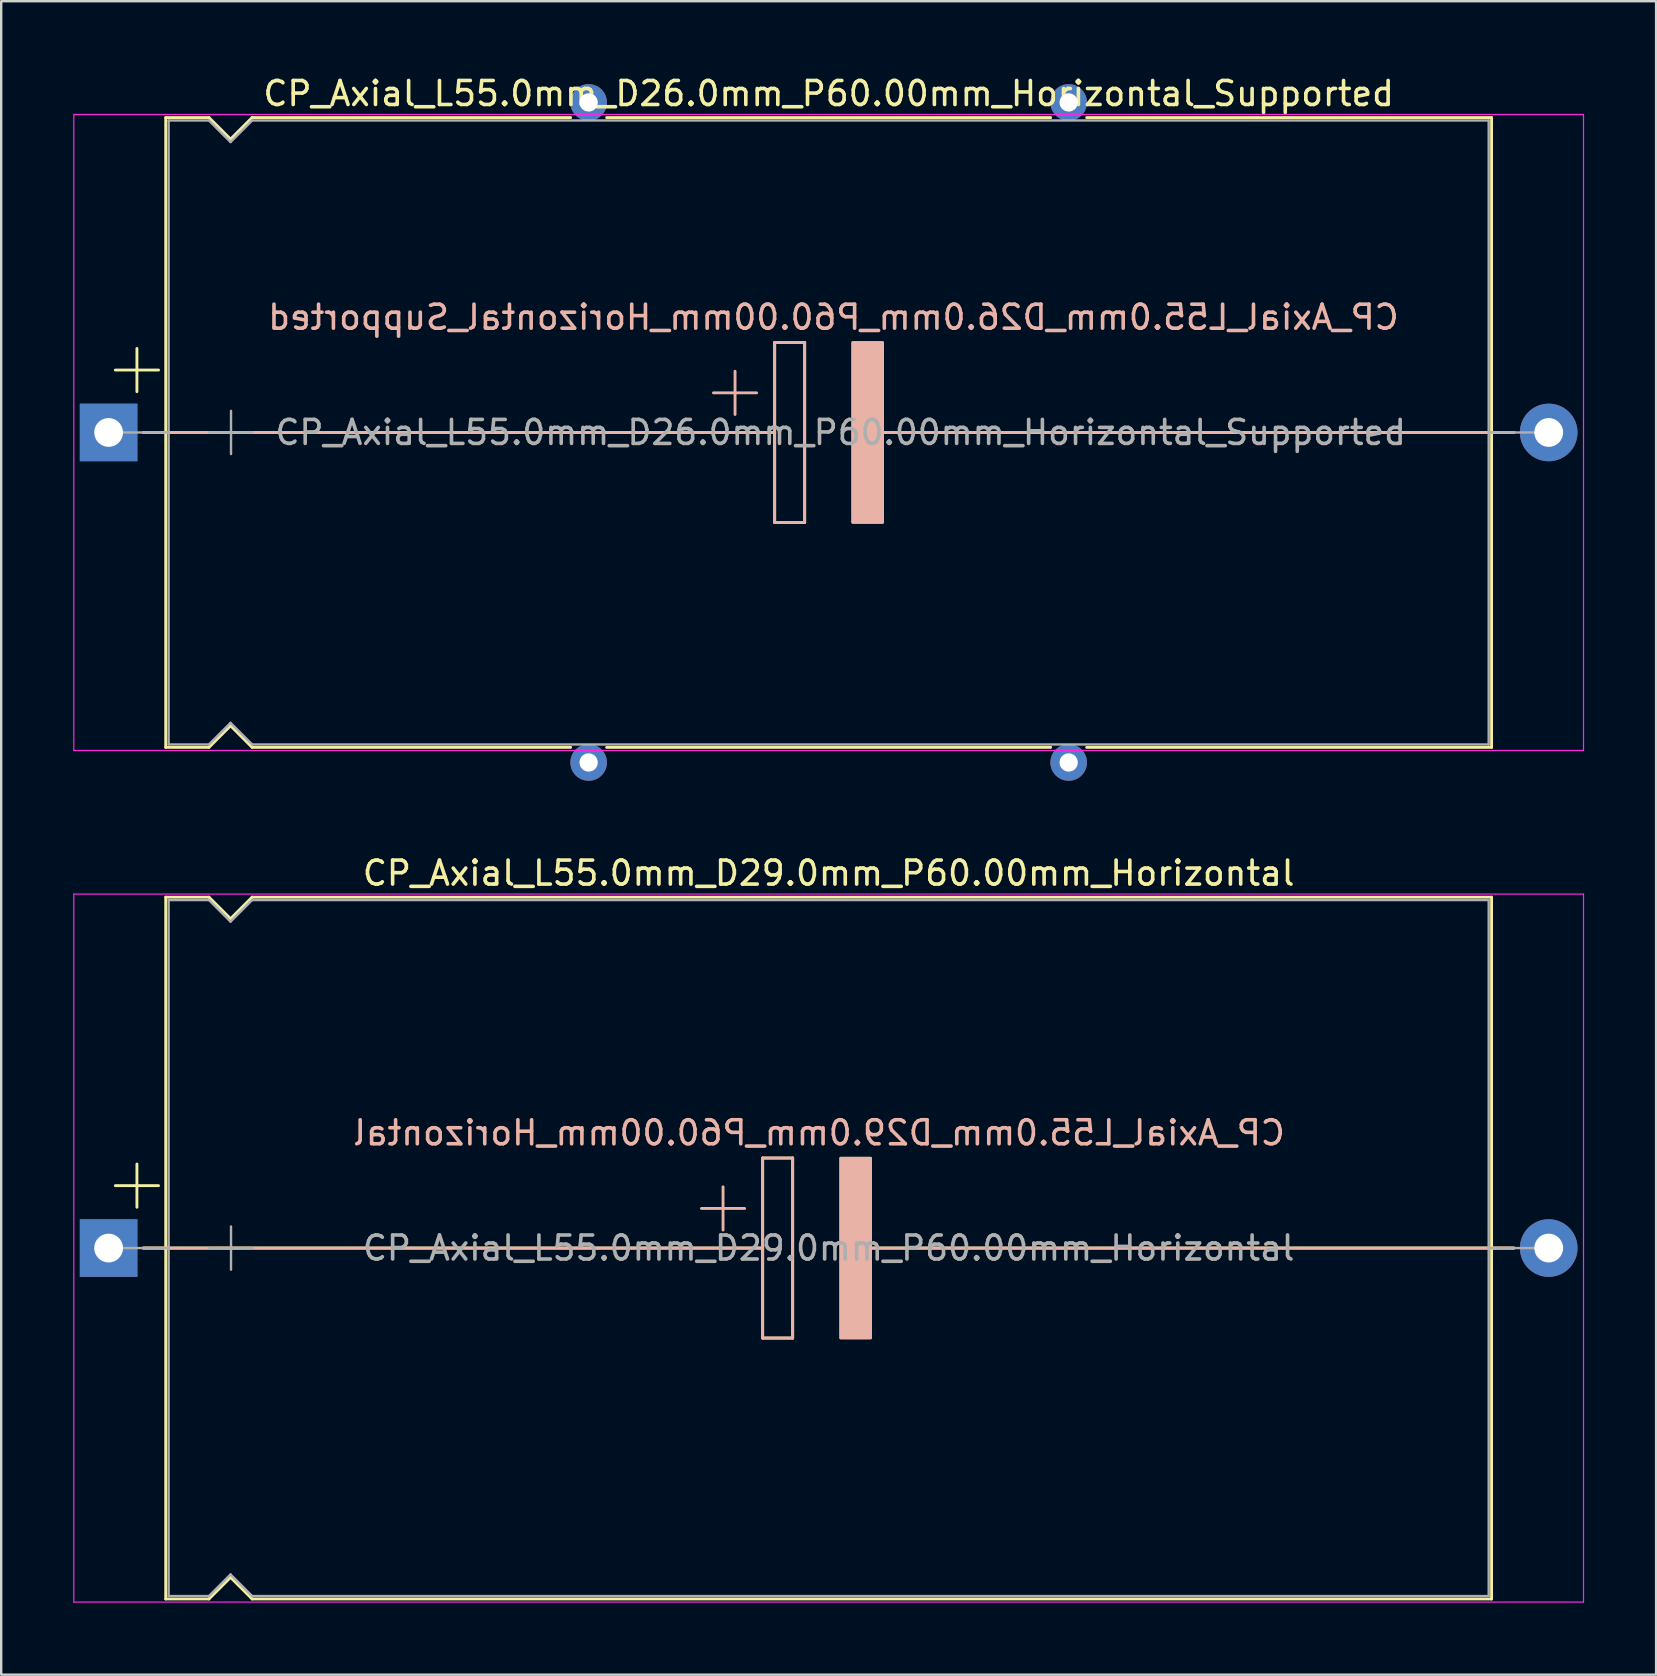
<source format=kicad_pcb>
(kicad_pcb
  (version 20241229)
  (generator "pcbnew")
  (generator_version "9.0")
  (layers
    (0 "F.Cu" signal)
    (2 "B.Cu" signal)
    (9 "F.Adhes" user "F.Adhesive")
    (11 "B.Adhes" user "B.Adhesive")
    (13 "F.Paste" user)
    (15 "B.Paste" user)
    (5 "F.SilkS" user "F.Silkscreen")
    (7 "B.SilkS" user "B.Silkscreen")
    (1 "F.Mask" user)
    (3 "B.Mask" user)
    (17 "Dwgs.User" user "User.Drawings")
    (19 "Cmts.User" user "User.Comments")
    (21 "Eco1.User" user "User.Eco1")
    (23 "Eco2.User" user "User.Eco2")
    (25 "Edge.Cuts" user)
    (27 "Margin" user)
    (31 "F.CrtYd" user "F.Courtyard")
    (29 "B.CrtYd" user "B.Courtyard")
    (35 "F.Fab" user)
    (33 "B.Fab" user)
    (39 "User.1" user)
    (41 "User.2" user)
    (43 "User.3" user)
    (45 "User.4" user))
  (footprint "CP_Axial_L55.0mm_D29.0mm_P60.00mm_Horizontal"
    (layer "F.Cu")
    (at 1.475 48.949)
    (property "Reference" "CP_Axial_L55.0mm_D29.0mm_P60.00mm_Horizontal" (at 30 -15.62 0) (layer "F.SilkS") (effects (font (size 1 1) (thickness 0.15))))
    (fp_line (start 0.28 -2.6) (end 2.08 -2.6) (stroke (width 0.12) (type solid)) (layer "F.SilkS"))
    (fp_line (start 1.18 -3.5) (end 1.18 -1.7) (stroke (width 0.12) (type solid)) (layer "F.SilkS"))
    (fp_line (start 1.44 0) (end 2.38 0) (stroke (width 0.12) (type solid)) (layer "F.SilkS"))
    (fp_line (start 2.38 -14.62) (end 2.38 14.62) (stroke (width 0.12) (type solid)) (layer "F.SilkS"))
    (fp_line (start 2.38 -14.62) (end 4.18 -14.62) (stroke (width 0.12) (type solid)) (layer "F.SilkS"))
    (fp_line (start 2.38 0) (end 27.25 0) (stroke (width 0.12) (type solid)) (layer "F.SilkS"))
    (fp_line (start 2.38 14.62) (end 4.18 14.62) (stroke (width 0.12) (type solid)) (layer "F.SilkS"))
    (fp_line (start 4.18 -14.62) (end 5.08 -13.72) (stroke (width 0.12) (type solid)) (layer "F.SilkS"))
    (fp_line (start 4.18 14.62) (end 5.08 13.72) (stroke (width 0.12) (type solid)) (layer "F.SilkS"))
    (fp_line (start 5.08 -13.72) (end 5.98 -14.62) (stroke (width 0.12) (type solid)) (layer "F.SilkS"))
    (fp_line (start 5.08 13.72) (end 5.98 14.62) (stroke (width 0.12) (type solid)) (layer "F.SilkS"))
    (fp_line (start 5.98 -14.62) (end 57.62 -14.62) (stroke (width 0.12) (type solid)) (layer "F.SilkS"))
    (fp_line (start 5.98 14.62) (end 57.62 14.62) (stroke (width 0.12) (type solid)) (layer "F.SilkS"))
    (fp_line (start 27.25 -3.75) (end 28.5 -3.75) (stroke (width 0.12) (type solid)) (layer "F.SilkS"))
    (fp_line (start 27.25 0) (end 27.25 -3.75) (stroke (width 0.12) (type solid)) (layer "F.SilkS"))
    (fp_line (start 27.25 3.75) (end 27.25 0) (stroke (width 0.12) (type solid)) (layer "F.SilkS"))
    (fp_line (start 28.5 -3.75) (end 28.5 3.75) (stroke (width 0.12) (type solid)) (layer "F.SilkS"))
    (fp_line (start 28.5 3.75) (end 27.25 3.75) (stroke (width 0.12) (type solid)) (layer "F.SilkS"))
    (fp_line (start 31.75 0) (end 57.62 0) (stroke (width 0.12) (type solid)) (layer "F.SilkS"))
    (fp_line (start 57.62 -14.62) (end 57.62 14.62) (stroke (width 0.12) (type solid)) (layer "F.SilkS"))
    (fp_line (start 58.56 0) (end 57.62 0) (stroke (width 0.12) (type solid)) (layer "F.SilkS"))
    (fp_poly (pts (xy 31.75 3.75) (xy 30.5 3.75) (xy 30.5 -3.75) (xy 31.75 -3.75)) (stroke (width 0.1) (type solid)) (fill yes) (layer "F.SilkS"))
    (fp_line (start 1.45 0) (end 20.38 0) (stroke (width 0.12) (type solid)) (layer "B.SilkS"))
    (fp_line (start 20.38 0) (end 27.25 0) (stroke (width 0.12) (type solid)) (layer "B.SilkS"))
    (fp_line (start 25.6 -2.55) (end 25.6 -0.75) (stroke (width 0.12) (type solid)) (layer "B.SilkS"))
    (fp_line (start 26.5 -1.65) (end 24.7 -1.65) (stroke (width 0.12) (type solid)) (layer "B.SilkS"))
    (fp_line (start 27.25 -3.75) (end 28.5 -3.75) (stroke (width 0.12) (type solid)) (layer "B.SilkS"))
    (fp_line (start 27.25 0) (end 27.25 -3.75) (stroke (width 0.12) (type solid)) (layer "B.SilkS"))
    (fp_line (start 27.25 3.75) (end 27.25 0) (stroke (width 0.12) (type solid)) (layer "B.SilkS"))
    (fp_line (start 28.5 -3.75) (end 28.5 3.75) (stroke (width 0.12) (type solid)) (layer "B.SilkS"))
    (fp_line (start 28.5 3.75) (end 27.25 3.75) (stroke (width 0.12) (type solid)) (layer "B.SilkS"))
    (fp_line (start 31.75 0) (end 38.62 0) (stroke (width 0.12) (type solid)) (layer "B.SilkS"))
    (fp_line (start 58.55 0) (end 38.62 0) (stroke (width 0.12) (type solid)) (layer "B.SilkS"))
    (fp_poly (pts (xy 31.75 3.75) (xy 30.5 3.75) (xy 30.5 -3.75) (xy 31.75 -3.75)) (stroke (width 0.1) (type solid)) (fill yes) (layer "B.SilkS"))
    (fp_line (start -1.45 -14.75) (end -1.45 14.75) (stroke (width 0.05) (type solid)) (layer "F.CrtYd"))
    (fp_line (start -1.45 14.75) (end 61.45 14.75) (stroke (width 0.05) (type solid)) (layer "F.CrtYd"))
    (fp_line (start 61.45 -14.75) (end -1.45 -14.75) (stroke (width 0.05) (type solid)) (layer "F.CrtYd"))
    (fp_line (start 61.45 14.75) (end 61.45 -14.75) (stroke (width 0.05) (type solid)) (layer "F.CrtYd"))
    (fp_line (start 0 0) (end 2.5 0) (stroke (width 0.1) (type solid)) (layer "F.Fab"))
    (fp_line (start 2.5 -14.5) (end 2.5 14.5) (stroke (width 0.1) (type solid)) (layer "F.Fab"))
    (fp_line (start 2.5 -14.5) (end 4.18 -14.5) (stroke (width 0.1) (type solid)) (layer "F.Fab"))
    (fp_line (start 2.5 14.5) (end 4.18 14.5) (stroke (width 0.1) (type solid)) (layer "F.Fab"))
    (fp_line (start 4.18 -14.5) (end 5.08 -13.6) (stroke (width 0.1) (type solid)) (layer "F.Fab"))
    (fp_line (start 4.18 14.5) (end 5.08 13.6) (stroke (width 0.1) (type solid)) (layer "F.Fab"))
    (fp_line (start 4.2 0) (end 6 0) (stroke (width 0.1) (type solid)) (layer "F.Fab"))
    (fp_line (start 5.08 -13.6) (end 5.98 -14.5) (stroke (width 0.1) (type solid)) (layer "F.Fab"))
    (fp_line (start 5.08 13.6) (end 5.98 14.5) (stroke (width 0.1) (type solid)) (layer "F.Fab"))
    (fp_line (start 5.1 -0.9) (end 5.1 0.9) (stroke (width 0.1) (type solid)) (layer "F.Fab"))
    (fp_line (start 5.98 -14.5) (end 57.5 -14.5) (stroke (width 0.1) (type solid)) (layer "F.Fab"))
    (fp_line (start 5.98 14.5) (end 57.5 14.5) (stroke (width 0.1) (type solid)) (layer "F.Fab"))
    (fp_line (start 57.5 -14.5) (end 57.5 14.5) (stroke (width 0.1) (type solid)) (layer "F.Fab"))
    (fp_line (start 60 0) (end 57.5 0) (stroke (width 0.1) (type solid)) (layer "F.Fab"))
    (fp_text user "${REFERENCE}" (at 29.6 -4.8 0) (layer "B.SilkS") (effects (font (size 1 1) (thickness 0.15)) (justify mirror)))
    (fp_text user "${REFERENCE}" (at 30 0 0) (layer "F.Fab") (effects (font (size 1 1) (thickness 0.15))))
    (pad "1" thru_hole rect (at 0 0) (size 2.4 2.4) (drill 1.2) (layers "*.Cu" "*.Mask"))
    (pad "2" thru_hole oval (at 60 0) (size 2.4 2.4) (drill 1.2) (layers "*.Cu" "*.Mask")))
  (footprint "CP_Axial_L55.0mm_D26.0mm_P60.00mm_Horizontal_Supported"
    (layer "F.Cu")
    (at 1.475 14.968)
    (property "Reference" "CP_Axial_L55.0mm_D26.0mm_P60.00mm_Horizontal_Supported" (at 30 -14.12 0) (layer "F.SilkS") (effects (font (size 1 1) (thickness 0.15))))
    (fp_line (start 0.28 -2.6) (end 2.08 -2.6) (stroke (width 0.12) (type solid)) (layer "F.SilkS"))
    (fp_line (start 1.18 -3.5) (end 1.18 -1.7) (stroke (width 0.12) (type solid)) (layer "F.SilkS"))
    (fp_line (start 1.44 0) (end 2.38 0) (stroke (width 0.12) (type solid)) (layer "F.SilkS"))
    (fp_line (start 2.38 -13.12) (end 2.38 13.12) (stroke (width 0.12) (type solid)) (layer "F.SilkS"))
    (fp_line (start 2.38 -13.12) (end 4.18 -13.12) (stroke (width 0.12) (type solid)) (layer "F.SilkS"))
    (fp_line (start 2.38 0) (end 27.75 0) (stroke (width 0.12) (type solid)) (layer "F.SilkS"))
    (fp_line (start 2.38 13.12) (end 4.18 13.12) (stroke (width 0.12) (type solid)) (layer "F.SilkS"))
    (fp_line (start 4.18 -13.12) (end 5.08 -12.22) (stroke (width 0.12) (type solid)) (layer "F.SilkS"))
    (fp_line (start 4.18 13.12) (end 5.08 12.22) (stroke (width 0.12) (type solid)) (layer "F.SilkS"))
    (fp_line (start 5.08 -12.22) (end 5.98 -13.12) (stroke (width 0.12) (type solid)) (layer "F.SilkS"))
    (fp_line (start 5.08 12.22) (end 5.98 13.12) (stroke (width 0.12) (type solid)) (layer "F.SilkS"))
    (fp_line (start 5.98 -13.12) (end 19.25 -13.12) (stroke (width 0.12) (type solid)) (layer "F.SilkS"))
    (fp_line (start 5.98 13.12) (end 19.25 13.12) (stroke (width 0.12) (type solid)) (layer "F.SilkS"))
    (fp_line (start 20.75 -13.12) (end 39.25 -13.12) (stroke (width 0.12) (type solid)) (layer "F.SilkS"))
    (fp_line (start 20.75 13.12) (end 39.25 13.12) (stroke (width 0.12) (type solid)) (layer "F.SilkS"))
    (fp_line (start 27.75 -3.75) (end 29 -3.75) (stroke (width 0.12) (type solid)) (layer "F.SilkS"))
    (fp_line (start 27.75 0) (end 27.75 -3.75) (stroke (width 0.12) (type solid)) (layer "F.SilkS"))
    (fp_line (start 27.75 3.75) (end 27.75 0) (stroke (width 0.12) (type solid)) (layer "F.SilkS"))
    (fp_line (start 29 -3.75) (end 29 3.75) (stroke (width 0.12) (type solid)) (layer "F.SilkS"))
    (fp_line (start 29 3.75) (end 27.75 3.75) (stroke (width 0.12) (type solid)) (layer "F.SilkS"))
    (fp_line (start 31.75 0) (end 57.62 0) (stroke (width 0.12) (type solid)) (layer "F.SilkS"))
    (fp_line (start 40.75 -13.12) (end 57.62 -13.12) (stroke (width 0.12) (type solid)) (layer "F.SilkS"))
    (fp_line (start 40.75 13.12) (end 57.62 13.12) (stroke (width 0.12) (type solid)) (layer "F.SilkS"))
    (fp_line (start 57.62 -13.12) (end 57.62 13.12) (stroke (width 0.12) (type solid)) (layer "F.SilkS"))
    (fp_line (start 58.56 0) (end 57.62 0) (stroke (width 0.12) (type solid)) (layer "F.SilkS"))
    (fp_poly (pts (xy 32.25 3.75) (xy 31 3.75) (xy 31 -3.75) (xy 32.25 -3.75)) (stroke (width 0.1) (type solid)) (fill yes) (layer "F.SilkS"))
    (fp_line (start 1.45 0) (end 20.88 0) (stroke (width 0.12) (type solid)) (layer "B.SilkS"))
    (fp_line (start 20.88 0) (end 27.75 0) (stroke (width 0.12) (type solid)) (layer "B.SilkS"))
    (fp_line (start 26.1 -2.55) (end 26.1 -0.75) (stroke (width 0.12) (type solid)) (layer "B.SilkS"))
    (fp_line (start 27 -1.65) (end 25.2 -1.65) (stroke (width 0.12) (type solid)) (layer "B.SilkS"))
    (fp_line (start 27.75 -3.75) (end 29 -3.75) (stroke (width 0.12) (type solid)) (layer "B.SilkS"))
    (fp_line (start 27.75 0) (end 27.75 -3.75) (stroke (width 0.12) (type solid)) (layer "B.SilkS"))
    (fp_line (start 27.75 3.75) (end 27.75 0) (stroke (width 0.12) (type solid)) (layer "B.SilkS"))
    (fp_line (start 29 -3.75) (end 29 3.75) (stroke (width 0.12) (type solid)) (layer "B.SilkS"))
    (fp_line (start 29 3.75) (end 27.75 3.75) (stroke (width 0.12) (type solid)) (layer "B.SilkS"))
    (fp_line (start 32.25 0) (end 39.12 0) (stroke (width 0.12) (type solid)) (layer "B.SilkS"))
    (fp_line (start 58.55 0) (end 39.12 0) (stroke (width 0.12) (type solid)) (layer "B.SilkS"))
    (fp_poly (pts (xy 32.25 3.75) (xy 31 3.75) (xy 31 -3.75) (xy 32.25 -3.75)) (stroke (width 0.1) (type solid)) (fill yes) (layer "B.SilkS"))
    (fp_line (start -1.45 -13.25) (end -1.45 13.25) (stroke (width 0.05) (type solid)) (layer "F.CrtYd"))
    (fp_line (start -1.45 13.25) (end 61.45 13.25) (stroke (width 0.05) (type solid)) (layer "F.CrtYd"))
    (fp_line (start 61.45 -13.25) (end -1.45 -13.25) (stroke (width 0.05) (type solid)) (layer "F.CrtYd"))
    (fp_line (start 61.45 13.25) (end 61.45 -13.25) (stroke (width 0.05) (type solid)) (layer "F.CrtYd"))
    (fp_line (start 0 0) (end 2.5 0) (stroke (width 0.1) (type solid)) (layer "F.Fab"))
    (fp_line (start 2.5 -13) (end 2.5 13) (stroke (width 0.1) (type solid)) (layer "F.Fab"))
    (fp_line (start 2.5 -13) (end 4.18 -13) (stroke (width 0.1) (type solid)) (layer "F.Fab"))
    (fp_line (start 2.5 13) (end 4.18 13) (stroke (width 0.1) (type solid)) (layer "F.Fab"))
    (fp_line (start 4.18 -13) (end 5.08 -12.1) (stroke (width 0.1) (type solid)) (layer "F.Fab"))
    (fp_line (start 4.18 13) (end 5.08 12.1) (stroke (width 0.1) (type solid)) (layer "F.Fab"))
    (fp_line (start 4.2 0) (end 6 0) (stroke (width 0.1) (type solid)) (layer "F.Fab"))
    (fp_line (start 5.08 -12.1) (end 5.98 -13) (stroke (width 0.1) (type solid)) (layer "F.Fab"))
    (fp_line (start 5.08 12.1) (end 5.98 13) (stroke (width 0.1) (type solid)) (layer "F.Fab"))
    (fp_line (start 5.1 -0.9) (end 5.1 0.9) (stroke (width 0.1) (type solid)) (layer "F.Fab"))
    (fp_line (start 5.98 -13) (end 57.5 -13) (stroke (width 0.1) (type solid)) (layer "F.Fab"))
    (fp_line (start 5.98 13) (end 57.5 13) (stroke (width 0.1) (type solid)) (layer "F.Fab"))
    (fp_line (start 57.5 -13) (end 57.5 13) (stroke (width 0.1) (type solid)) (layer "F.Fab"))
    (fp_line (start 60 0) (end 57.5 0) (stroke (width 0.1) (type solid)) (layer "F.Fab"))
    (fp_text user "${REFERENCE}" (at 30.2 -4.8 0) (layer "B.SilkS") (effects (font (size 1 1) (thickness 0.15)) (justify mirror)))
    (fp_text user "${REFERENCE}" (at 30.5 0 0) (layer "F.Fab") (effects (font (size 1 1) (thickness 0.15))))
    (pad "" thru_hole circle (at 20 -13.75) (size 1.524 1.524) (drill 0.762) (layers "*.Cu" "*.Mask"))
    (pad "" thru_hole circle (at 20 13.75) (size 1.524 1.524) (drill 0.762) (layers "*.Cu" "*.Mask"))
    (pad "" thru_hole circle (at 40 -13.75) (size 1.524 1.524) (drill 0.762) (layers "*.Cu" "*.Mask"))
    (pad "" thru_hole circle (at 40 13.75) (size 1.524 1.524) (drill 0.762) (layers "*.Cu" "*.Mask"))
    (pad "1" thru_hole rect (at 0 0) (size 2.4 2.4) (drill 1.2) (layers "*.Cu" "*.Mask"))
    (pad "2" thru_hole oval (at 60 0) (size 2.4 2.4) (drill 1.2) (layers "*.Cu" "*.Mask")))
  (gr_rect
    (start -3 -3)
    (end 65.95 66.724)
    (stroke (width 0.1) (type default))
    (fill no)
    (layer "Edge.Cuts")))
</source>
